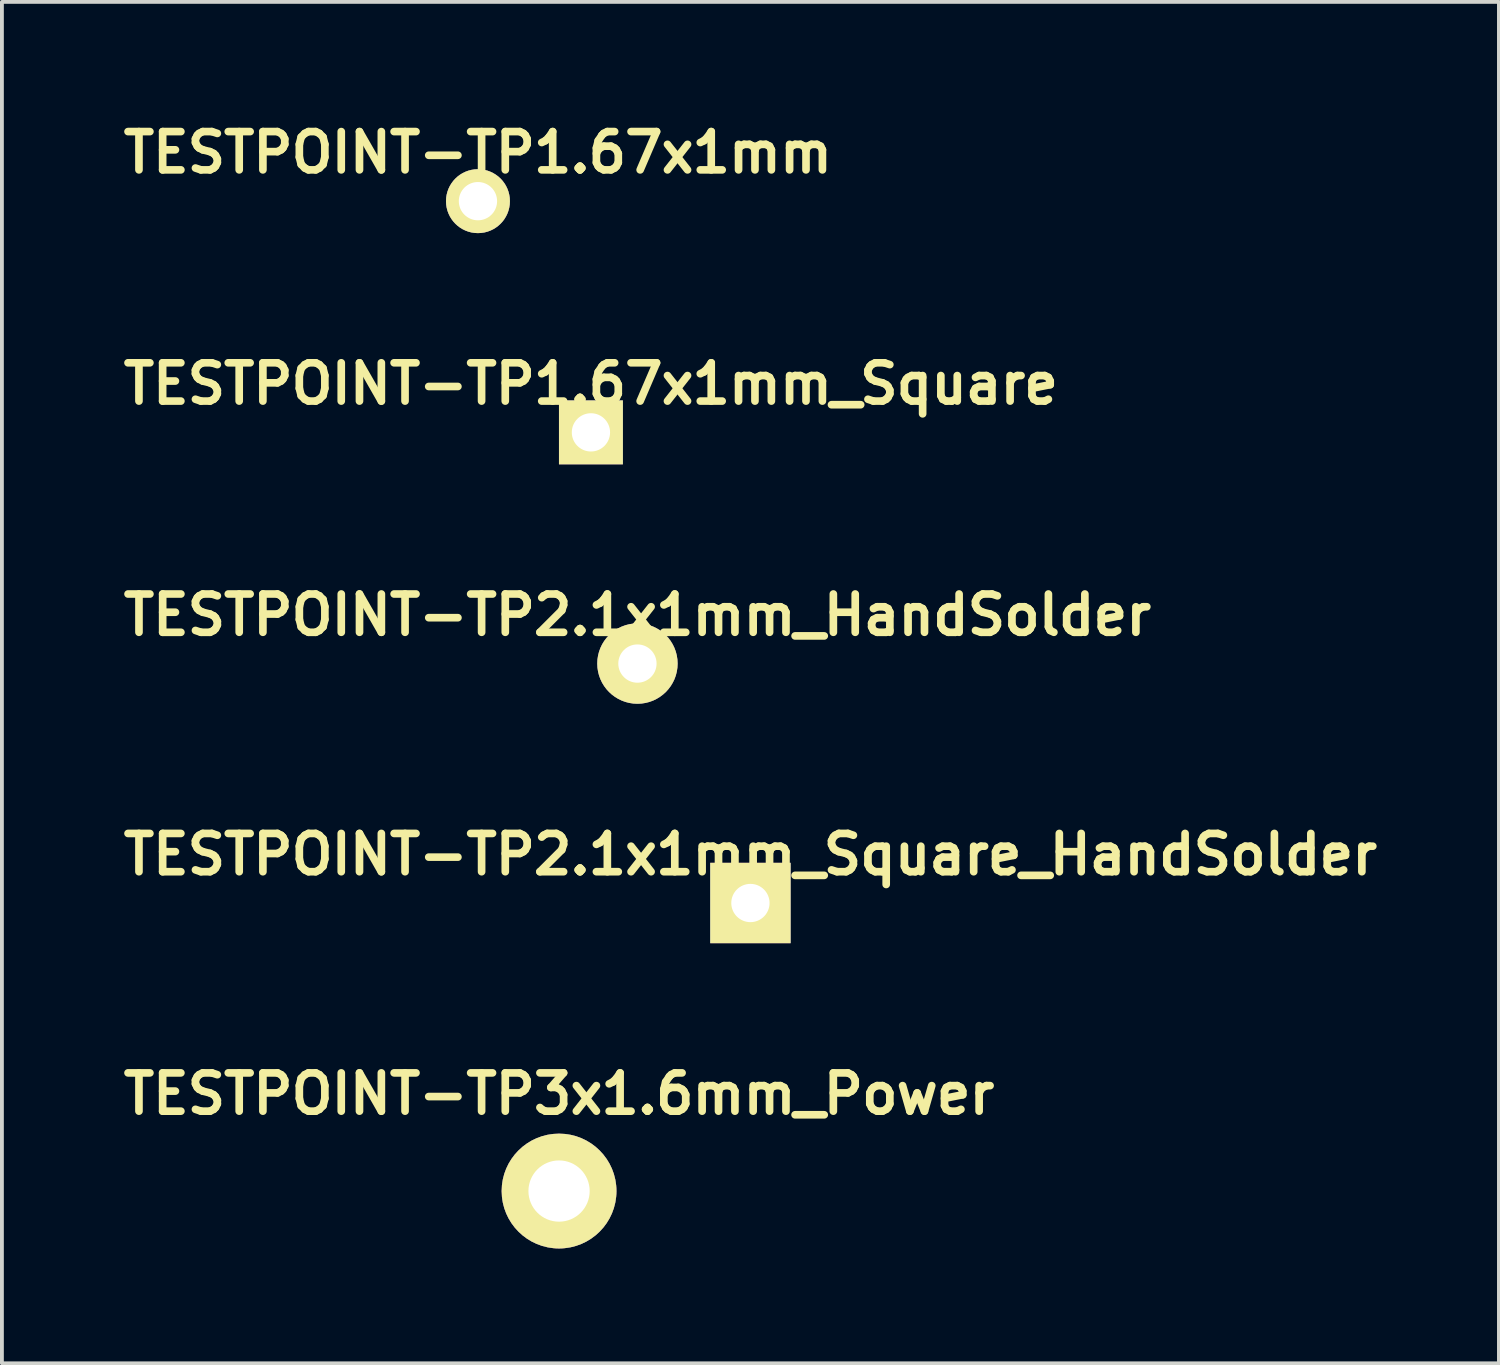
<source format=kicad_pcb>
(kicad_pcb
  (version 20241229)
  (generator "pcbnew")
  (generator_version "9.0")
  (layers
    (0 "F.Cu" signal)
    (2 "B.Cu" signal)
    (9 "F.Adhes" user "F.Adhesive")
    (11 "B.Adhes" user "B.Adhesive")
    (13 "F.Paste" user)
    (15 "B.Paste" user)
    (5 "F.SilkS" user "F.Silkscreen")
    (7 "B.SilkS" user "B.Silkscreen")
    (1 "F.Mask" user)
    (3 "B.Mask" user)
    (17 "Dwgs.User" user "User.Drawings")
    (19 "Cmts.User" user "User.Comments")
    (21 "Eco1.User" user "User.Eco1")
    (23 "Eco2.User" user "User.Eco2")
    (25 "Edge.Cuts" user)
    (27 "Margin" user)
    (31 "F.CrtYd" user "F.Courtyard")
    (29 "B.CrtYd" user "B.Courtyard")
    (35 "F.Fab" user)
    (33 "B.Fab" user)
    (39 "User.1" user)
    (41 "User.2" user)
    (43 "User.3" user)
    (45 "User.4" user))
  (footprint "TESTPOINT-TP1.67x1mm"
    (layer "F.Cu")
    (at 9.438 2.206)
    (property "Reference" "TESTPOINT-TP1.67x1mm" (at 0 -1.27 0) (layer "F.SilkS") (effects (font (size 1 1) (thickness 0.2))))
    (attr exclude_from_pos_files exclude_from_bom)
    (pad "1" thru_hole circle (at 0 0) (size 1.67 1.67) (drill 1) (layers "*.Cu" "*.Mask" "F.SilkS")))
  (footprint "TESTPOINT-TP2.1x1mm_HandSolder"
    (layer "F.Cu")
    (at 13.605 14.288)
    (property "Reference" "TESTPOINT-TP2.1x1mm_HandSolder" (at 0 -1.27 0) (layer "F.SilkS") (effects (font (size 1 1) (thickness 0.2))))
    (attr exclude_from_pos_files exclude_from_bom)
    (pad "1" thru_hole circle (at 0 0) (size 2.1 2.1) (drill 1) (layers "*.Cu" "*.Mask" "F.SilkS")))
  (footprint "TESTPOINT-TP3x1.6mm_Power"
    (layer "F.Cu")
    (at 11.557 28.07)
    (property "Reference" "TESTPOINT-TP3x1.6mm_Power" (at 0 -2.54 0) (layer "F.SilkS") (effects (font (size 1 1) (thickness 0.2))))
    (attr exclude_from_pos_files exclude_from_bom)
    (pad "1" thru_hole circle (at 0 0) (size 3 3) (drill 1.6) (layers "*.Cu" "*.Mask" "F.SilkS")))
  (footprint "TESTPOINT-TP1.67x1mm_Square"
    (layer "F.Cu")
    (at 12.39 8.247)
    (property "Reference" "TESTPOINT-TP1.67x1mm_Square" (at 0 -1.27 0) (layer "F.SilkS") (effects (font (size 1 1) (thickness 0.2))))
    (attr exclude_from_pos_files exclude_from_bom)
    (pad "1" thru_hole rect (at 0 0) (size 1.67 1.67) (drill 1) (layers "*.Cu" "*.Mask" "F.SilkS")))
  (footprint "TESTPOINT-TP2.1x1mm_Square_HandSolder"
    (layer "F.Cu")
    (at 16.557 20.544)
    (property "Reference" "TESTPOINT-TP2.1x1mm_Square_HandSolder" (at 0 -1.27 0) (layer "F.SilkS") (effects (font (size 1 1) (thickness 0.2))))
    (attr exclude_from_pos_files exclude_from_bom)
    (pad "1" thru_hole rect (at 0 0) (size 2.1 2.1) (drill 1) (layers "*.Cu" "*.Mask" "F.SilkS")))
  (gr_rect
    (start -3 -3)
    (end 36.114 32.57)
    (stroke (width 0.1) (type default))
    (fill no)
    (layer "Edge.Cuts")))
</source>
